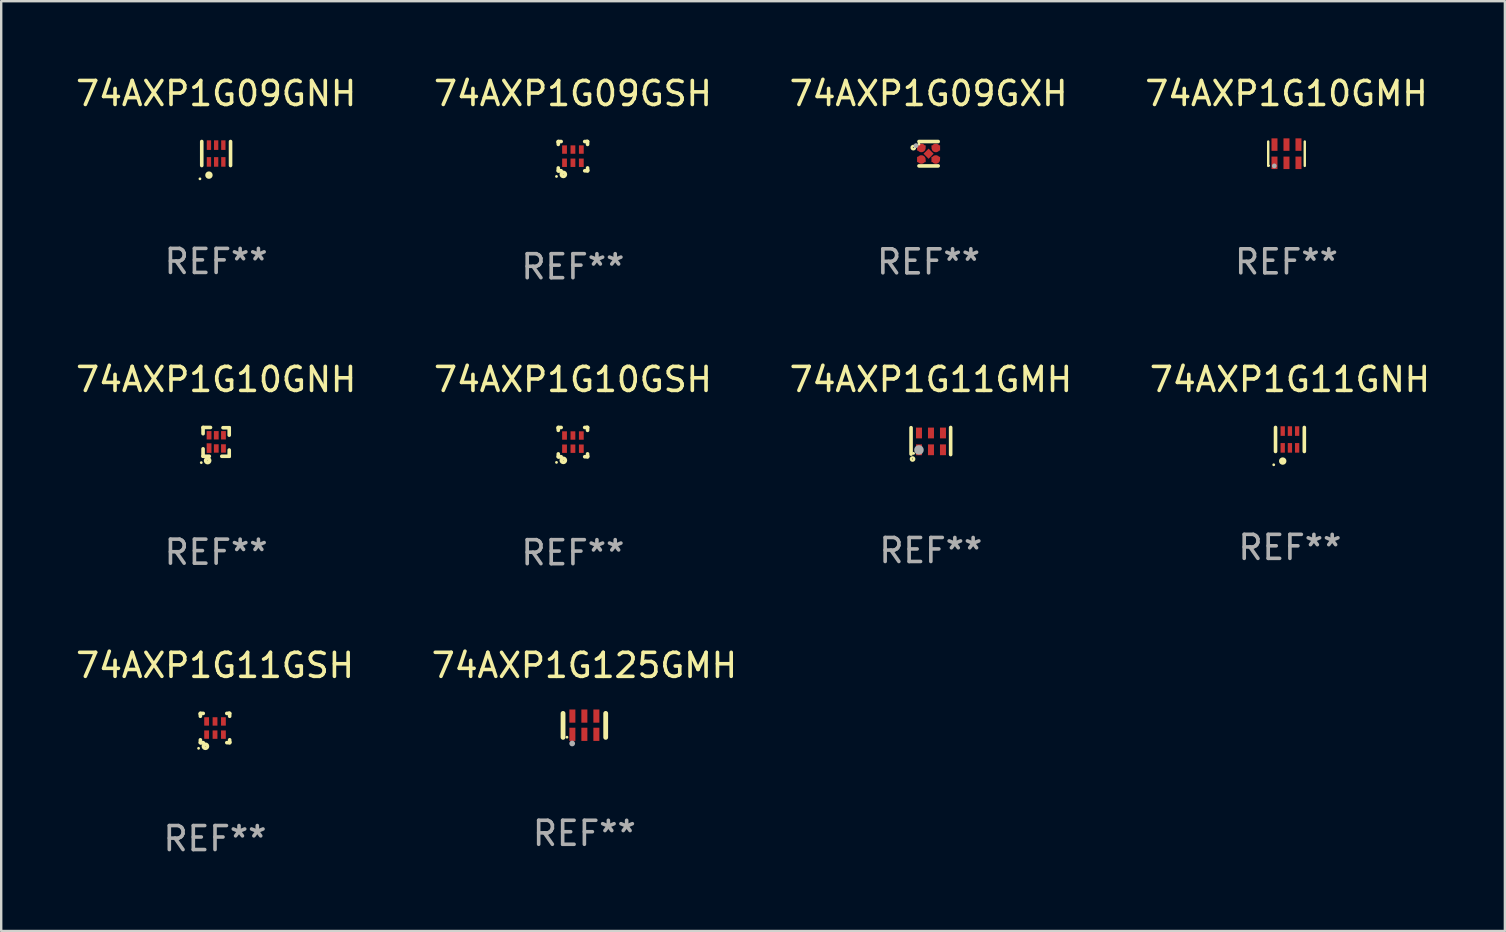
<source format=kicad_pcb>
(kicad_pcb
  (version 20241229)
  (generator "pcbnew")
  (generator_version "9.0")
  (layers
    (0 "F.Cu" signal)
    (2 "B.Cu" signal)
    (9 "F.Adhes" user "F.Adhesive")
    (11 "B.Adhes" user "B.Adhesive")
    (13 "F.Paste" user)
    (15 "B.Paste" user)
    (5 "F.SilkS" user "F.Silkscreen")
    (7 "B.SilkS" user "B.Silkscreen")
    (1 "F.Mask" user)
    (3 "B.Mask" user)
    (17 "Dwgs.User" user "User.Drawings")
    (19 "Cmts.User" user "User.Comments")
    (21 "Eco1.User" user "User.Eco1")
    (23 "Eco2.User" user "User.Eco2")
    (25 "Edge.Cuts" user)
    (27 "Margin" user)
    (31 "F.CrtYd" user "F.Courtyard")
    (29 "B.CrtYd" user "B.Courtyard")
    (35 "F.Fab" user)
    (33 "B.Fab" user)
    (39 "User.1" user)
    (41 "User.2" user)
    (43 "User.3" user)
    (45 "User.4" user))
  (footprint "74AXP1G125GMH"
    (layer "F.Cu")
    (at 21.304 27.181)
    (property "Reference" "74AXP1G125GMH" (at 0 -2.5 0) (layer "F.SilkS") (effects (font (size 1 1) (thickness 0.15))))
    (attr through_hole)
    (fp_line (start -0.889 0.5) (end -0.889 -0.5) (stroke (width 0.2) (type solid)) (layer "F.SilkS"))
    (fp_line (start 0.889 0.5) (end 0.889 -0.5) (stroke (width 0.2) (type solid)) (layer "F.SilkS"))
    (fp_circle (center -0.725 0.492) (end -0.695 0.492) (stroke (width 0.06) (type solid)) (fill no) (layer "F.SilkS"))
    (fp_circle (center -0.508 0.754) (end -0.448 0.754) (stroke (width 0.12) (type solid)) (fill no) (layer "F.Fab"))
    (fp_text user "REF**" (at 0 4.5 0) (layer "F.Fab") (effects (font (size 1 1) (thickness 0.15))))
    (pad "1" smd rect (at -0.5 0.372) (size 0.25 0.55) (layers "F.Cu" "F.Mask" "F.Paste"))
    (pad "2" smd rect (at -0.000127 0.372) (size 0.25 0.55) (layers "F.Cu" "F.Mask" "F.Paste"))
    (pad "3" smd rect (at 0.5 0.372) (size 0.25 0.55) (layers "F.Cu" "F.Mask" "F.Paste"))
    (pad "4" smd rect (at 0.5 -0.388 180) (size 0.25 0.55) (layers "F.Cu" "F.Mask" "F.Paste"))
    (pad "5" smd rect (at -0.000127 -0.388 180) (size 0.25 0.55) (layers "F.Cu" "F.Mask" "F.Paste"))
    (pad "6" smd rect (at -0.5 -0.388 180) (size 0.25 0.55) (layers "F.Cu" "F.Mask" "F.Paste")))
  (footprint "74AXP1G11GSH"
    (layer "F.Cu")
    (at 5.911 27.291)
    (property "Reference" "74AXP1G11GSH" (at 0 -2.61 0) (layer "F.SilkS") (effects (font (size 1 1) (thickness 0.15))))
    (attr through_hole)
    (fp_line (start -0.61 -0.61) (end -0.49 -0.61) (stroke (width 0.15) (type solid)) (layer "F.SilkS"))
    (fp_line (start -0.61 -0.58) (end -0.61 -0.61) (stroke (width 0.15) (type solid)) (layer "F.SilkS"))
    (fp_line (start -0.61 -0.49) (end -0.61 -0.58) (stroke (width 0.15) (type solid)) (layer "F.SilkS"))
    (fp_line (start -0.61 0.61) (end -0.61 0.491) (stroke (width 0.15) (type solid)) (layer "F.SilkS"))
    (fp_line (start -0.58 0.61) (end -0.61 0.61) (stroke (width 0.15) (type solid)) (layer "F.SilkS"))
    (fp_line (start -0.49 0.61) (end -0.58 0.61) (stroke (width 0.15) (type solid)) (layer "F.SilkS"))
    (fp_line (start 0.49 -0.61) (end 0.58 -0.61) (stroke (width 0.15) (type solid)) (layer "F.SilkS"))
    (fp_line (start 0.58 -0.61) (end 0.61 -0.61) (stroke (width 0.15) (type solid)) (layer "F.SilkS"))
    (fp_line (start 0.61 -0.61) (end 0.61 -0.49) (stroke (width 0.15) (type solid)) (layer "F.SilkS"))
    (fp_line (start 0.61 0.49) (end 0.61 0.58) (stroke (width 0.15) (type solid)) (layer "F.SilkS"))
    (fp_line (start 0.61 0.58) (end 0.61 0.61) (stroke (width 0.15) (type solid)) (layer "F.SilkS"))
    (fp_line (start 0.61 0.61) (end 0.491 0.61) (stroke (width 0.15) (type solid)) (layer "F.SilkS"))
    (fp_circle (center -0.685 0.845) (end -0.655 0.845) (stroke (width 0.06) (type solid)) (fill no) (layer "F.SilkS"))
    (fp_circle (center -0.4 0.76) (end -0.39 0.76) (stroke (width 0.15) (type solid)) (fill no) (layer "F.SilkS"))
    (fp_text user "REF**" (at 0 4.61 0) (layer "F.Fab") (effects (font (size 1 1) (thickness 0.15))))
    (pad "1" smd rect (at -0.35 0.275) (size 0.2 0.35) (layers "F.Cu" "F.Mask" "F.Paste"))
    (pad "2" smd rect (at -0.000038 0.275) (size 0.2 0.35) (layers "F.Cu" "F.Mask" "F.Paste"))
    (pad "3" smd rect (at 0.35 0.275) (size 0.2 0.35) (layers "F.Cu" "F.Mask" "F.Paste"))
    (pad "4" smd rect (at 0.35 -0.275) (size 0.2 0.35) (layers "F.Cu" "F.Mask" "F.Paste"))
    (pad "5" smd rect (at -0.000038 -0.275) (size 0.2 0.35) (layers "F.Cu" "F.Mask" "F.Paste"))
    (pad "6" smd rect (at -0.35 -0.275) (size 0.2 0.35) (layers "F.Cu" "F.Mask" "F.Paste")))
  (footprint "74AXP1G09GSH"
    (layer "F.Cu")
    (at 20.827 3.458)
    (property "Reference" "74AXP1G09GSH" (at 0 -2.61 0) (layer "F.SilkS") (effects (font (size 1 1) (thickness 0.15))))
    (attr through_hole)
    (fp_line (start -0.61 -0.61) (end -0.49 -0.61) (stroke (width 0.15) (type solid)) (layer "F.SilkS"))
    (fp_line (start -0.61 -0.58) (end -0.61 -0.61) (stroke (width 0.15) (type solid)) (layer "F.SilkS"))
    (fp_line (start -0.61 -0.49) (end -0.61 -0.58) (stroke (width 0.15) (type solid)) (layer "F.SilkS"))
    (fp_line (start -0.61 0.61) (end -0.61 0.491) (stroke (width 0.15) (type solid)) (layer "F.SilkS"))
    (fp_line (start -0.58 0.61) (end -0.61 0.61) (stroke (width 0.15) (type solid)) (layer "F.SilkS"))
    (fp_line (start -0.49 0.61) (end -0.58 0.61) (stroke (width 0.15) (type solid)) (layer "F.SilkS"))
    (fp_line (start 0.49 -0.61) (end 0.58 -0.61) (stroke (width 0.15) (type solid)) (layer "F.SilkS"))
    (fp_line (start 0.58 -0.61) (end 0.61 -0.61) (stroke (width 0.15) (type solid)) (layer "F.SilkS"))
    (fp_line (start 0.61 -0.61) (end 0.61 -0.49) (stroke (width 0.15) (type solid)) (layer "F.SilkS"))
    (fp_line (start 0.61 0.49) (end 0.61 0.58) (stroke (width 0.15) (type solid)) (layer "F.SilkS"))
    (fp_line (start 0.61 0.58) (end 0.61 0.61) (stroke (width 0.15) (type solid)) (layer "F.SilkS"))
    (fp_line (start 0.61 0.61) (end 0.491 0.61) (stroke (width 0.15) (type solid)) (layer "F.SilkS"))
    (fp_circle (center -0.685 0.845) (end -0.655 0.845) (stroke (width 0.06) (type solid)) (fill no) (layer "F.SilkS"))
    (fp_circle (center -0.4 0.76) (end -0.39 0.76) (stroke (width 0.15) (type solid)) (fill no) (layer "F.SilkS"))
    (fp_text user "REF**" (at 0 4.61 0) (layer "F.Fab") (effects (font (size 1 1) (thickness 0.15))))
    (pad "1" smd rect (at -0.35 0.275) (size 0.2 0.35) (layers "F.Cu" "F.Mask" "F.Paste"))
    (pad "2" smd rect (at -0.000038 0.275) (size 0.2 0.35) (layers "F.Cu" "F.Mask" "F.Paste"))
    (pad "3" smd rect (at 0.35 0.275) (size 0.2 0.35) (layers "F.Cu" "F.Mask" "F.Paste"))
    (pad "4" smd rect (at 0.35 -0.275) (size 0.2 0.35) (layers "F.Cu" "F.Mask" "F.Paste"))
    (pad "5" smd rect (at -0.000038 -0.275) (size 0.2 0.35) (layers "F.Cu" "F.Mask" "F.Paste"))
    (pad "6" smd rect (at -0.35 -0.275) (size 0.2 0.35) (layers "F.Cu" "F.Mask" "F.Paste")))
  (footprint "74AXP1G09GNH"
    (layer "F.Cu")
    (at 5.958 3.348)
    (property "Reference" "74AXP1G09GNH" (at 0 -2.5 0) (layer "F.SilkS") (effects (font (size 1 1) (thickness 0.15))))
    (attr through_hole)
    (fp_line (start -0.6 -0.5) (end -0.6 0.5) (stroke (width 0.15) (type solid)) (layer "F.SilkS"))
    (fp_line (start 0.6 0.5) (end 0.6 -0.5) (stroke (width 0.15) (type solid)) (layer "F.SilkS"))
    (fp_circle (center -0.675 1.055) (end -0.645 1.055) (stroke (width 0.06) (type solid)) (fill no) (layer "F.SilkS"))
    (fp_circle (center -0.3 0.9) (end -0.22 0.9) (stroke (width 0.15) (type solid)) (fill no) (layer "F.SilkS"))
    (fp_text user "REF**" (at 0 4.5 0) (layer "F.Fab") (effects (font (size 1 1) (thickness 0.15))))
    (pad "1" smd rect (at -0.3 0.35) (size 0.18 0.4) (layers "F.Cu" "F.Mask" "F.Paste"))
    (pad "2" smd rect (at 0.000025 0.35) (size 0.18 0.4) (layers "F.Cu" "F.Mask" "F.Paste"))
    (pad "3" smd rect (at 0.3 0.35) (size 0.18 0.4) (layers "F.Cu" "F.Mask" "F.Paste"))
    (pad "4" smd rect (at 0.3 -0.35) (size 0.18 0.4) (layers "F.Cu" "F.Mask" "F.Paste"))
    (pad "5" smd rect (at 0.000025 -0.35) (size 0.18 0.4) (layers "F.Cu" "F.Mask" "F.Paste"))
    (pad "6" smd rect (at -0.3 -0.35) (size 0.18 0.4) (layers "F.Cu" "F.Mask" "F.Paste")))
  (footprint "74AXP1G11GMH"
    (layer "F.Cu")
    (at 35.744 15.33)
    (property "Reference" "74AXP1G11GMH" (at 0 -2.565 0) (layer "F.SilkS") (effects (font (size 1 1) (thickness 0.15))))
    (attr through_hole)
    (fp_line (start -0.825 -0.555) (end -0.825 0.545) (stroke (width 0.15) (type solid)) (layer "F.SilkS"))
    (fp_line (start 0.825 -0.565) (end 0.825 0.565) (stroke (width 0.15) (type solid)) (layer "F.SilkS"))
    (fp_circle (center -0.763 0.749) (end -0.695 0.749) (stroke (width 0.1) (type solid)) (fill no) (layer "F.SilkS"))
    (fp_circle (center -0.72 0.515) (end -0.69 0.515) (stroke (width 0.06) (type solid)) (fill no) (layer "F.SilkS"))
    (fp_circle (center -0.496 0.371) (end -0.396 0.371) (stroke (width 0.2) (type solid)) (fill no) (layer "F.Fab"))
    (fp_text user "REF**" (at 0 4.565 0) (layer "F.Fab") (effects (font (size 1 1) (thickness 0.15))))
    (pad "1" smd rect (at -0.495 0.365) (size 0.25 0.45) (layers "F.Cu" "F.Mask" "F.Paste"))
    (pad "2" smd rect (at 0.005 0.365) (size 0.25 0.45) (layers "F.Cu" "F.Mask" "F.Paste"))
    (pad "3" smd rect (at 0.505 0.365) (size 0.25 0.45) (layers "F.Cu" "F.Mask" "F.Paste"))
    (pad "4" smd rect (at 0.505 -0.335) (size 0.25 0.45) (layers "F.Cu" "F.Mask" "F.Paste"))
    (pad "5" smd rect (at 0.005 -0.335) (size 0.25 0.45) (layers "F.Cu" "F.Mask" "F.Paste"))
    (pad "6" smd rect (at -0.495 -0.335) (size 0.25 0.45) (layers "F.Cu" "F.Mask" "F.Paste")))
  (footprint "74AXP1G10GMH"
    (layer "F.Cu")
    (at 50.565 3.356)
    (property "Reference" "74AXP1G10GMH" (at 0 -2.508 0) (layer "F.SilkS") (effects (font (size 1 1) (thickness 0.15))))
    (attr through_hole)
    (fp_line (start -0.762 -0.508) (end -0.762 0.508) (stroke (width 0.1) (type solid)) (layer "F.SilkS"))
    (fp_line (start 0.762 -0.508) (end 0.762 0.508) (stroke (width 0.1) (type solid)) (layer "F.SilkS"))
    (fp_circle (center -0.725 0.5) (end -0.705 0.5) (stroke (width 0.04) (type solid)) (fill no) (layer "F.SilkS"))
    (fp_circle (center -0.508 0.508) (end -0.458 0.508) (stroke (width 0.1) (type solid)) (fill no) (layer "F.Fab"))
    (fp_text user "REF**" (at 0 4.508 0) (layer "F.Fab") (effects (font (size 1 1) (thickness 0.15))))
    (pad "1" smd rect (at -0.5 0.38) (size 0.25 0.52) (layers "F.Cu" "F.Mask" "F.Paste"))
    (pad "2" smd rect (at -0.000127 0.38) (size 0.25 0.52) (layers "F.Cu" "F.Mask" "F.Paste"))
    (pad "3" smd rect (at 0.5 0.38) (size 0.25 0.52) (layers "F.Cu" "F.Mask" "F.Paste"))
    (pad "4" smd rect (at 0.5 -0.38 180) (size 0.25 0.52) (layers "F.Cu" "F.Mask" "F.Paste"))
    (pad "5" smd rect (at -0.000127 -0.38 180) (size 0.25 0.52) (layers "F.Cu" "F.Mask" "F.Paste"))
    (pad "6" smd rect (at -0.5 -0.38 180) (size 0.25 0.52) (layers "F.Cu" "F.Mask" "F.Paste")))
  (footprint "74AXP1G10GSH"
    (layer "F.Cu")
    (at 20.827 15.375)
    (property "Reference" "74AXP1G10GSH" (at 0 -2.61 0) (layer "F.SilkS") (effects (font (size 1 1) (thickness 0.15))))
    (attr through_hole)
    (fp_line (start -0.61 -0.61) (end -0.49 -0.61) (stroke (width 0.15) (type solid)) (layer "F.SilkS"))
    (fp_line (start -0.61 -0.58) (end -0.61 -0.61) (stroke (width 0.15) (type solid)) (layer "F.SilkS"))
    (fp_line (start -0.61 -0.49) (end -0.61 -0.58) (stroke (width 0.15) (type solid)) (layer "F.SilkS"))
    (fp_line (start -0.61 0.61) (end -0.61 0.491) (stroke (width 0.15) (type solid)) (layer "F.SilkS"))
    (fp_line (start -0.58 0.61) (end -0.61 0.61) (stroke (width 0.15) (type solid)) (layer "F.SilkS"))
    (fp_line (start -0.49 0.61) (end -0.58 0.61) (stroke (width 0.15) (type solid)) (layer "F.SilkS"))
    (fp_line (start 0.49 -0.61) (end 0.58 -0.61) (stroke (width 0.15) (type solid)) (layer "F.SilkS"))
    (fp_line (start 0.58 -0.61) (end 0.61 -0.61) (stroke (width 0.15) (type solid)) (layer "F.SilkS"))
    (fp_line (start 0.61 -0.61) (end 0.61 -0.49) (stroke (width 0.15) (type solid)) (layer "F.SilkS"))
    (fp_line (start 0.61 0.49) (end 0.61 0.58) (stroke (width 0.15) (type solid)) (layer "F.SilkS"))
    (fp_line (start 0.61 0.58) (end 0.61 0.61) (stroke (width 0.15) (type solid)) (layer "F.SilkS"))
    (fp_line (start 0.61 0.61) (end 0.491 0.61) (stroke (width 0.15) (type solid)) (layer "F.SilkS"))
    (fp_circle (center -0.685 0.845) (end -0.655 0.845) (stroke (width 0.06) (type solid)) (fill no) (layer "F.SilkS"))
    (fp_circle (center -0.4 0.76) (end -0.39 0.76) (stroke (width 0.15) (type solid)) (fill no) (layer "F.SilkS"))
    (fp_text user "REF**" (at 0 4.61 0) (layer "F.Fab") (effects (font (size 1 1) (thickness 0.15))))
    (pad "1" smd rect (at -0.35 0.275) (size 0.2 0.35) (layers "F.Cu" "F.Mask" "F.Paste"))
    (pad "2" smd rect (at -0.000038 0.275) (size 0.2 0.35) (layers "F.Cu" "F.Mask" "F.Paste"))
    (pad "3" smd rect (at 0.35 0.275) (size 0.2 0.35) (layers "F.Cu" "F.Mask" "F.Paste"))
    (pad "4" smd rect (at 0.35 -0.275) (size 0.2 0.35) (layers "F.Cu" "F.Mask" "F.Paste"))
    (pad "5" smd rect (at -0.000038 -0.275) (size 0.2 0.35) (layers "F.Cu" "F.Mask" "F.Paste"))
    (pad "6" smd rect (at -0.35 -0.275) (size 0.2 0.35) (layers "F.Cu" "F.Mask" "F.Paste")))
  (footprint "74AXP1G09GXH"
    (layer "F.Cu")
    (at 35.649 3.356)
    (property "Reference" "74AXP1G09GXH" (at 0 -2.508 0) (layer "F.SilkS") (effects (font (size 1 1) (thickness 0.15))))
    (attr through_hole)
    (fp_line (start 0.4 -0.508) (end -0.4 -0.508) (stroke (width 0.15) (type solid)) (layer "F.SilkS"))
    (fp_line (start 0.4 0.508) (end -0.4 0.508) (stroke (width 0.15) (type solid)) (layer "F.SilkS"))
    (fp_circle (center -0.635 -0.254) (end -0.615 -0.254) (stroke (width 0.1) (type solid)) (fill no) (layer "F.SilkS"))
    (fp_circle (center -0.401 -0.4) (end -0.371 -0.4) (stroke (width 0.06) (type solid)) (fill no) (layer "F.SilkS"))
    (fp_circle (center -0.523 -0.337) (end -0.473 -0.337) (stroke (width 0.1) (type solid)) (fill no) (layer "F.Fab"))
    (fp_text user "REF**" (at 0 4.508 0) (layer "F.Fab") (effects (font (size 1 1) (thickness 0.15))))
    (pad "1" smd custom (at -0.3 -0.24) (size 0.36 0.22) (layers "F.Cu" "F.Mask" "F.Paste") (options (anchor circle)) (primitives (gr_poly (pts (xy -0.18 -0.11) (xy -0.18 0.11) (xy 0.000127 0.11) (xy 0.18 -0.03) (xy 0.18 -0.11) (xy -0.18 -0.11)) (width 0) (fill yes))))
    (pad "2" smd custom (at -0.3 0.24) (size 0.36 0.22) (layers "F.Cu" "F.Mask" "F.Paste") (options (anchor circle)) (primitives (gr_poly (pts (xy -0.18 0.11) (xy -0.18 -0.11) (xy 0.000127 -0.11) (xy 0.18 0.03) (xy 0.18 0.11) (xy -0.18 0.11)) (width 0) (fill yes))))
    (pad "3" smd rect (at 0.000102 -0.000127 45) (size 0.3 0.3) (layers "F.Cu" "F.Mask" "F.Paste"))
    (pad "4" smd custom (at 0.3 0.24 180) (size 0.36 0.22) (layers "F.Cu" "F.Mask" "F.Paste") (options (anchor circle)) (primitives (gr_poly (pts (xy 0.18 0.11) (xy 0.18 -0.11) (xy -0.000178 -0.11) (xy -0.18 0.03) (xy -0.18 0.11) (xy 0.18 0.11)) (width 0) (fill yes))))
    (pad "5" smd custom (at 0.3 -0.24) (size 0.36 0.22) (layers "F.Cu" "F.Mask" "F.Paste") (options (anchor circle)) (primitives (gr_poly (pts (xy 0.18 -0.11) (xy 0.18 0.11) (xy -0.000152 0.11) (xy -0.18 -0.03) (xy -0.18 -0.11) (xy 0.18 -0.11)) (width 0) (fill yes)))))
  (footprint "74AXP1G11GNH"
    (layer "F.Cu")
    (at 50.708 15.265)
    (property "Reference" "74AXP1G11GNH" (at 0 -2.5 0) (layer "F.SilkS") (effects (font (size 1 1) (thickness 0.15))))
    (attr through_hole)
    (fp_line (start -0.6 -0.5) (end -0.6 0.5) (stroke (width 0.15) (type solid)) (layer "F.SilkS"))
    (fp_line (start 0.6 0.5) (end 0.6 -0.5) (stroke (width 0.15) (type solid)) (layer "F.SilkS"))
    (fp_circle (center -0.675 1.055) (end -0.645 1.055) (stroke (width 0.06) (type solid)) (fill no) (layer "F.SilkS"))
    (fp_circle (center -0.3 0.9) (end -0.22 0.9) (stroke (width 0.15) (type solid)) (fill no) (layer "F.SilkS"))
    (fp_text user "REF**" (at 0 4.5 0) (layer "F.Fab") (effects (font (size 1 1) (thickness 0.15))))
    (pad "1" smd rect (at -0.3 0.35) (size 0.18 0.4) (layers "F.Cu" "F.Mask" "F.Paste"))
    (pad "2" smd rect (at 0.000025 0.35) (size 0.18 0.4) (layers "F.Cu" "F.Mask" "F.Paste"))
    (pad "3" smd rect (at 0.3 0.35) (size 0.18 0.4) (layers "F.Cu" "F.Mask" "F.Paste"))
    (pad "4" smd rect (at 0.3 -0.35) (size 0.18 0.4) (layers "F.Cu" "F.Mask" "F.Paste"))
    (pad "5" smd rect (at 0.000025 -0.35) (size 0.18 0.4) (layers "F.Cu" "F.Mask" "F.Paste"))
    (pad "6" smd rect (at -0.3 -0.35) (size 0.18 0.4) (layers "F.Cu" "F.Mask" "F.Paste")))
  (footprint "74AXP1G10GNH"
    (layer "F.Cu")
    (at 5.958 15.365)
    (property "Reference" "74AXP1G10GNH" (at 0 -2.6 0) (layer "F.SilkS") (effects (font (size 1 1) (thickness 0.15))))
    (attr through_hole)
    (fp_line (start -0.545 -0.6) (end -0.235 -0.6) (stroke (width 0.15) (type solid)) (layer "F.SilkS"))
    (fp_line (start -0.545 -0.34) (end -0.545 -0.6) (stroke (width 0.15) (type solid)) (layer "F.SilkS"))
    (fp_line (start -0.545 0.6) (end -0.545 0.29) (stroke (width 0.15) (type solid)) (layer "F.SilkS"))
    (fp_line (start -0.285 0.6) (end -0.545 0.6) (stroke (width 0.15) (type solid)) (layer "F.SilkS"))
    (fp_line (start 0.285 -0.59) (end 0.545 -0.59) (stroke (width 0.15) (type solid)) (layer "F.SilkS"))
    (fp_line (start 0.545 -0.59) (end 0.545 -0.28) (stroke (width 0.15) (type solid)) (layer "F.SilkS"))
    (fp_line (start 0.545 0.34) (end 0.545 0.6) (stroke (width 0.15) (type solid)) (layer "F.SilkS"))
    (fp_line (start 0.545 0.6) (end 0.235 0.6) (stroke (width 0.15) (type solid)) (layer "F.SilkS"))
    (fp_circle (center -0.62 0.865) (end -0.59 0.865) (stroke (width 0.06) (type solid)) (fill no) (layer "F.SilkS"))
    (fp_circle (center -0.355 0.78) (end -0.345 0.78) (stroke (width 0.15) (type solid)) (fill no) (layer "F.SilkS"))
    (fp_text user "REF**" (at 0 4.6 0) (layer "F.Fab") (effects (font (size 1 1) (thickness 0.15))))
    (pad "1" smd rect (at -0.295 0.26) (size 0.2 0.4) (layers "F.Cu" "F.Mask" "F.Paste"))
    (pad "2" smd rect (at 0.005 0.275) (size 0.2 0.35) (layers "F.Cu" "F.Mask" "F.Paste"))
    (pad "3" smd rect (at 0.305 0.275) (size 0.2 0.35) (layers "F.Cu" "F.Mask" "F.Paste"))
    (pad "4" smd rect (at 0.305 -0.275) (size 0.2 0.35) (layers "F.Cu" "F.Mask" "F.Paste"))
    (pad "5" smd rect (at 0.005 -0.275) (size 0.2 0.35) (layers "F.Cu" "F.Mask" "F.Paste"))
    (pad "6" smd rect (at -0.295 -0.275) (size 0.2 0.35) (layers "F.Cu" "F.Mask" "F.Paste")))
  (gr_rect
    (start -3 -3)
    (end 59.667 35.749)
    (stroke (width 0.1) (type default))
    (fill no)
    (layer "Edge.Cuts")))
</source>
